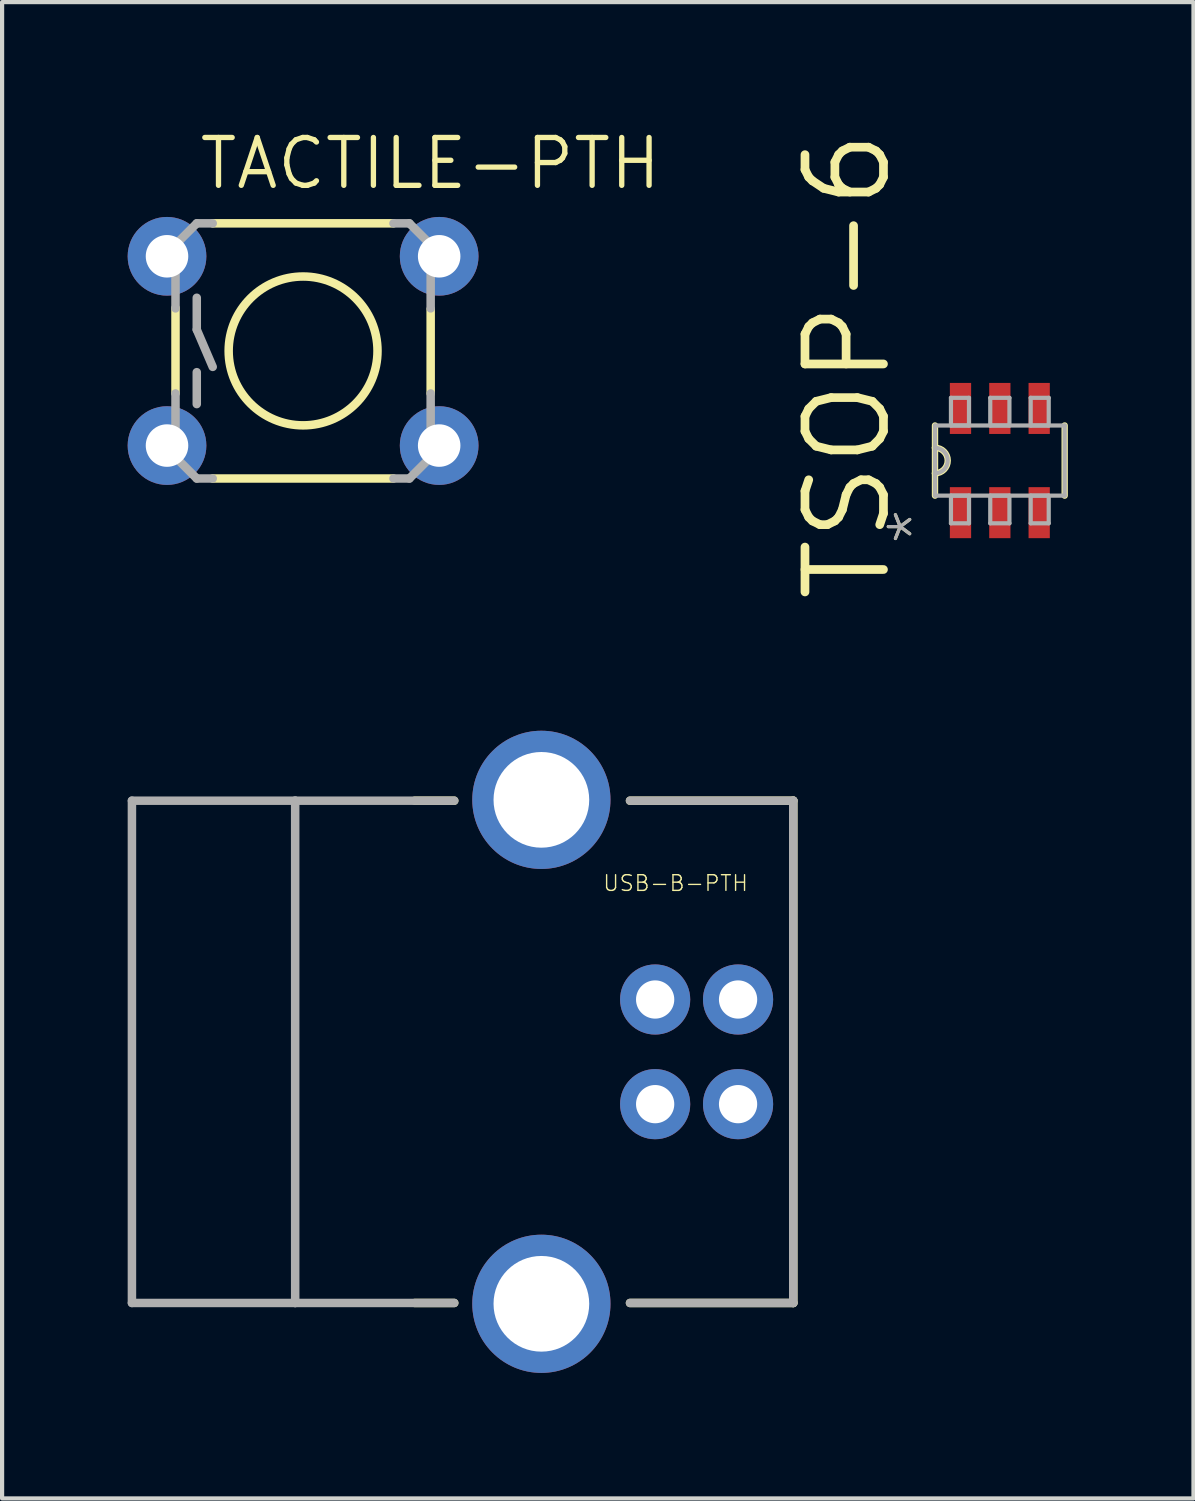
<source format=kicad_pcb>
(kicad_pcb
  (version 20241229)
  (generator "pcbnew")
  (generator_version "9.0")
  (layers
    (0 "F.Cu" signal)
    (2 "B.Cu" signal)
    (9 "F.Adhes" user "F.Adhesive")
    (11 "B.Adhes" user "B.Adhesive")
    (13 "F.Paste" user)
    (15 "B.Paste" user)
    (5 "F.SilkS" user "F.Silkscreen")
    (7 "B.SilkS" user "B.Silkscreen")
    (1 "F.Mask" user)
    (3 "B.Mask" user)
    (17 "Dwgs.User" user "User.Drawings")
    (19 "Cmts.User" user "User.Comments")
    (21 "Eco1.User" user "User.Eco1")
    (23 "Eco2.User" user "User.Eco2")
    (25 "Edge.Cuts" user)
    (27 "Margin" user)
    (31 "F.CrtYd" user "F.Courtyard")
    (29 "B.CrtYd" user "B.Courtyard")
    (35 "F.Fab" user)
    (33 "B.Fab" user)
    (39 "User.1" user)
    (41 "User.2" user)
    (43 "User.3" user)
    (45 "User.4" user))
  (footprint "USB-B-PTH"
    (layer "F.Cu")
    (at 12.602 22.079)
    (property "Reference" "USB-B-PTH" (at -1.27 -3.81 0) (unlocked yes) (layer "F.SilkS") (effects (font (size 0.374 0.374) (thickness 0.033)) (justify left bottom)))
    (fp_line (start -5.742 -6) (end -4.8 -6) (stroke (width 0.203) (type solid)) (layer "F.SilkS"))
    (fp_line (start -5.742 6) (end -4.8 6) (stroke (width 0.203) (type solid)) (layer "F.SilkS"))
    (fp_line (start -0.6 6) (end 3.3 6) (stroke (width 0.203) (type solid)) (layer "F.SilkS"))
    (fp_line (start 3.3 -6) (end -0.6 -6) (stroke (width 0.203) (type solid)) (layer "F.SilkS"))
    (fp_line (start 3.3 6) (end 3.3 -6) (stroke (width 0.203) (type solid)) (layer "F.SilkS"))
    (fp_line (start -12.5 -6) (end -8.6 -6) (stroke (width 0.203) (type solid)) (layer "F.Fab"))
    (fp_line (start -12.5 6) (end -12.5 -6) (stroke (width 0.203) (type solid)) (layer "F.Fab"))
    (fp_line (start -8.6 -6) (end -8.6 6) (stroke (width 0.203) (type solid)) (layer "F.Fab"))
    (fp_line (start -8.6 -6) (end -4.8 -6) (stroke (width 0.203) (type solid)) (layer "F.Fab"))
    (fp_line (start -8.6 6) (end -12.5 6) (stroke (width 0.203) (type solid)) (layer "F.Fab"))
    (fp_line (start -8.6 6) (end -4.8 6) (stroke (width 0.203) (type solid)) (layer "F.Fab"))
    (fp_line (start -0.6 6) (end 3.3 6) (stroke (width 0.203) (type solid)) (layer "F.Fab"))
    (fp_line (start 3.3 -6) (end -0.6 -6) (stroke (width 0.203) (type solid)) (layer "F.Fab"))
    (fp_line (start 3.3 6) (end 3.3 -6) (stroke (width 0.203) (type solid)) (layer "F.Fab"))
    (pad "D+" thru_hole circle (at 0 -1.25 270) (size 1.676 1.676) (drill 0.914) (layers "*.Cu" "*.Mask"))
    (pad "D-" thru_hole circle (at 1.981 -1.25 90) (size 1.676 1.676) (drill 0.914) (layers "*.Cu" "*.Mask"))
    (pad "GND" thru_hole circle (at 0 1.25 270) (size 1.676 1.676) (drill 0.914) (layers "*.Cu" "*.Mask"))
    (pad "S1" thru_hole circle (at -2.718 6.02) (size 3.302 3.302) (drill 2.286) (layers "*.Cu" "*.Mask"))
    (pad "S2" thru_hole circle (at -2.718 -6.02) (size 3.302 3.302) (drill 2.286) (layers "*.Cu" "*.Mask"))
    (pad "VBUS" thru_hole circle (at 1.981 1.25 90) (size 1.676 1.676) (drill 0.914) (layers "*.Cu" "*.Mask")))
  (footprint "TSOP-6"
    (layer "F.Cu")
    (at 20.837 7.953)
    (property "Reference" "TSOP-6" (at -2.54 3.454 90) (unlocked yes) (layer "F.SilkS") (effects (font (size 1.875 1.875) (thickness 0.208)) (justify left bottom)))
    (fp_line (start -1.549 -0.838) (end -1.549 -0.305) (stroke (width 0.152) (type solid)) (layer "F.SilkS"))
    (fp_line (start -1.549 -0.305) (end -1.549 0.305) (stroke (width 0.152) (type solid)) (layer "F.SilkS"))
    (fp_line (start -1.549 0.305) (end -1.549 0.838) (stroke (width 0.152) (type solid)) (layer "F.SilkS"))
    (fp_line (start 1.549 0.838) (end 1.549 -0.838) (stroke (width 0.152) (type solid)) (layer "F.SilkS"))
    (fp_arc (start -1.5494 -0.3048) (mid -1.2446 0) (end -1.5494 0.3048) (stroke (width 0.1524) (type solid)) (layer "F.SilkS"))
    (fp_line (start -1.549 -0.838) (end -1.549 -0.305) (stroke (width 0.1) (type solid)) (layer "F.Fab"))
    (fp_line (start -1.549 -0.305) (end -1.549 0.305) (stroke (width 0.1) (type solid)) (layer "F.Fab"))
    (fp_line (start -1.549 0.305) (end -1.549 0.838) (stroke (width 0.1) (type solid)) (layer "F.Fab"))
    (fp_line (start -1.549 0.838) (end 1.549 0.838) (stroke (width 0.1) (type solid)) (layer "F.Fab"))
    (fp_line (start -1.168 -1.499) (end -1.168 -0.838) (stroke (width 0.1) (type solid)) (layer "F.Fab"))
    (fp_line (start -1.168 -0.838) (end -0.737 -0.838) (stroke (width 0.1) (type solid)) (layer "F.Fab"))
    (fp_line (start -1.168 0.838) (end -1.168 1.499) (stroke (width 0.1) (type solid)) (layer "F.Fab"))
    (fp_line (start -1.168 1.499) (end -0.737 1.499) (stroke (width 0.1) (type solid)) (layer "F.Fab"))
    (fp_line (start -0.737 -1.499) (end -1.168 -1.499) (stroke (width 0.1) (type solid)) (layer "F.Fab"))
    (fp_line (start -0.737 -0.838) (end -0.737 -1.499) (stroke (width 0.1) (type solid)) (layer "F.Fab"))
    (fp_line (start -0.737 0.838) (end -1.168 0.838) (stroke (width 0.1) (type solid)) (layer "F.Fab"))
    (fp_line (start -0.737 1.499) (end -0.737 0.838) (stroke (width 0.1) (type solid)) (layer "F.Fab"))
    (fp_line (start -0.229 -1.499) (end -0.229 -0.838) (stroke (width 0.1) (type solid)) (layer "F.Fab"))
    (fp_line (start -0.229 -0.838) (end 0.229 -0.838) (stroke (width 0.1) (type solid)) (layer "F.Fab"))
    (fp_line (start -0.229 0.838) (end -0.229 1.499) (stroke (width 0.1) (type solid)) (layer "F.Fab"))
    (fp_line (start -0.229 1.499) (end 0.229 1.499) (stroke (width 0.1) (type solid)) (layer "F.Fab"))
    (fp_line (start 0.229 -1.499) (end -0.229 -1.499) (stroke (width 0.1) (type solid)) (layer "F.Fab"))
    (fp_line (start 0.229 -0.838) (end 0.229 -1.499) (stroke (width 0.1) (type solid)) (layer "F.Fab"))
    (fp_line (start 0.229 0.838) (end -0.229 0.838) (stroke (width 0.1) (type solid)) (layer "F.Fab"))
    (fp_line (start 0.229 1.499) (end 0.229 0.838) (stroke (width 0.1) (type solid)) (layer "F.Fab"))
    (fp_line (start 0.737 -1.499) (end 0.737 -0.838) (stroke (width 0.1) (type solid)) (layer "F.Fab"))
    (fp_line (start 0.737 -0.838) (end 1.168 -0.838) (stroke (width 0.1) (type solid)) (layer "F.Fab"))
    (fp_line (start 0.737 0.838) (end 0.737 1.499) (stroke (width 0.1) (type solid)) (layer "F.Fab"))
    (fp_line (start 0.737 1.499) (end 1.168 1.499) (stroke (width 0.1) (type solid)) (layer "F.Fab"))
    (fp_line (start 1.168 -1.499) (end 0.737 -1.499) (stroke (width 0.1) (type solid)) (layer "F.Fab"))
    (fp_line (start 1.168 -0.838) (end 1.168 -1.499) (stroke (width 0.1) (type solid)) (layer "F.Fab"))
    (fp_line (start 1.168 0.838) (end 0.737 0.838) (stroke (width 0.1) (type solid)) (layer "F.Fab"))
    (fp_line (start 1.168 1.499) (end 1.168 0.838) (stroke (width 0.1) (type solid)) (layer "F.Fab"))
    (fp_line (start 1.549 -0.838) (end -1.549 -0.838) (stroke (width 0.1) (type solid)) (layer "F.Fab"))
    (fp_line (start 1.549 0.838) (end 1.549 -0.838) (stroke (width 0.1) (type solid)) (layer "F.Fab"))
    (fp_arc (start -1.5494 -0.3048) (mid -1.2446 0) (end -1.5494 0.3048) (stroke (width 0.1) (type solid)) (layer "F.Fab"))
    (fp_text user "*" (at -1.321 2.083 90) (layer "F.SilkS") (effects (font (size 1.194 1.194) (thickness 0.076)) (justify left bottom)))
    (fp_text user "*" (at -1.321 2.083 90) (layer "F.Fab") (effects (font (size 1.194 1.194) (thickness 0.076)) (justify left bottom)))
    (pad "1" smd rect (at -0.94 1.245 90) (size 1.219 0.508) (layers "F.Cu" "F.Mask" "F.Paste"))
    (pad "2" smd rect (at 0 1.245 90) (size 1.219 0.508) (layers "F.Cu" "F.Mask" "F.Paste"))
    (pad "3" smd rect (at 0.94 1.245 90) (size 1.219 0.508) (layers "F.Cu" "F.Mask" "F.Paste"))
    (pad "4" smd rect (at 0.94 -1.245 90) (size 1.219 0.508) (layers "F.Cu" "F.Mask" "F.Paste"))
    (pad "5" smd rect (at 0 -1.245 90) (size 1.219 0.508) (layers "F.Cu" "F.Mask" "F.Paste"))
    (pad "6" smd rect (at -0.94 -1.245 90) (size 1.219 0.508) (layers "F.Cu" "F.Mask" "F.Paste")))
  (footprint "TACTILE-PTH"
    (layer "F.Cu")
    (at 4.191 5.334)
    (property "Reference" "TACTILE-PTH" (at -2.54 -3.81 0) (unlocked yes) (layer "F.SilkS") (effects (font (size 1.143 1.143) (thickness 0.127)) (justify left bottom)))
    (fp_line (start -3.048 -1.028) (end -3.048 1.016) (stroke (width 0.203) (type solid)) (layer "F.SilkS"))
    (fp_line (start -2.159 3.048) (end 2.159 3.048) (stroke (width 0.203) (type solid)) (layer "F.SilkS"))
    (fp_line (start 2.159 -3.048) (end -2.159 -3.048) (stroke (width 0.203) (type solid)) (layer "F.SilkS"))
    (fp_line (start 3.048 -0.998) (end 3.048 1.016) (stroke (width 0.203) (type solid)) (layer "F.SilkS"))
    (fp_circle (center 0 0) (end 1.778 0) (stroke (width 0.203) (type solid)) (fill no) (layer "F.SilkS"))
    (fp_line (start -3.048 -2.54) (end -3.048 -1.016) (stroke (width 0.203) (type solid)) (layer "F.Fab"))
    (fp_line (start -3.048 2.54) (end -3.048 1.016) (stroke (width 0.203) (type solid)) (layer "F.Fab"))
    (fp_line (start -2.54 -3.048) (end -3.048 -2.54) (stroke (width 0.203) (type solid)) (layer "F.Fab"))
    (fp_line (start -2.54 -3.048) (end -2.159 -3.048) (stroke (width 0.203) (type solid)) (layer "F.Fab"))
    (fp_line (start -2.54 -1.27) (end -2.54 -0.508) (stroke (width 0.203) (type solid)) (layer "F.Fab"))
    (fp_line (start -2.54 -0.508) (end -2.159 0.381) (stroke (width 0.203) (type solid)) (layer "F.Fab"))
    (fp_line (start -2.54 0.508) (end -2.54 1.27) (stroke (width 0.203) (type solid)) (layer "F.Fab"))
    (fp_line (start -2.54 3.048) (end -3.048 2.54) (stroke (width 0.203) (type solid)) (layer "F.Fab"))
    (fp_line (start -2.54 3.048) (end -2.159 3.048) (stroke (width 0.203) (type solid)) (layer "F.Fab"))
    (fp_line (start 2.54 -3.048) (end 2.159 -3.048) (stroke (width 0.203) (type solid)) (layer "F.Fab"))
    (fp_line (start 2.54 3.048) (end 2.159 3.048) (stroke (width 0.203) (type solid)) (layer "F.Fab"))
    (fp_line (start 2.54 3.048) (end 3.048 2.54) (stroke (width 0.203) (type solid)) (layer "F.Fab"))
    (fp_line (start 3.048 -2.54) (end 2.54 -3.048) (stroke (width 0.203) (type solid)) (layer "F.Fab"))
    (fp_line (start 3.048 -1.016) (end 3.048 -2.54) (stroke (width 0.203) (type solid)) (layer "F.Fab"))
    (fp_line (start 3.048 2.54) (end 3.048 1.016) (stroke (width 0.203) (type solid)) (layer "F.Fab"))
    (pad "1" thru_hole circle (at -3.251 -2.261) (size 1.88 1.88) (drill 1.016) (layers "*.Cu" "*.Mask"))
    (pad "2" thru_hole circle (at 3.251 -2.261) (size 1.88 1.88) (drill 1.016) (layers "*.Cu" "*.Mask"))
    (pad "3" thru_hole circle (at -3.251 2.261) (size 1.88 1.88) (drill 1.016) (layers "*.Cu" "*.Mask"))
    (pad "4" thru_hole circle (at 3.251 2.261) (size 1.88 1.88) (drill 1.016) (layers "*.Cu" "*.Mask")))
  (gr_rect
    (start -3 -3)
    (end 25.463 32.749)
    (stroke (width 0.1) (type default))
    (fill no)
    (layer "Edge.Cuts")))
</source>
